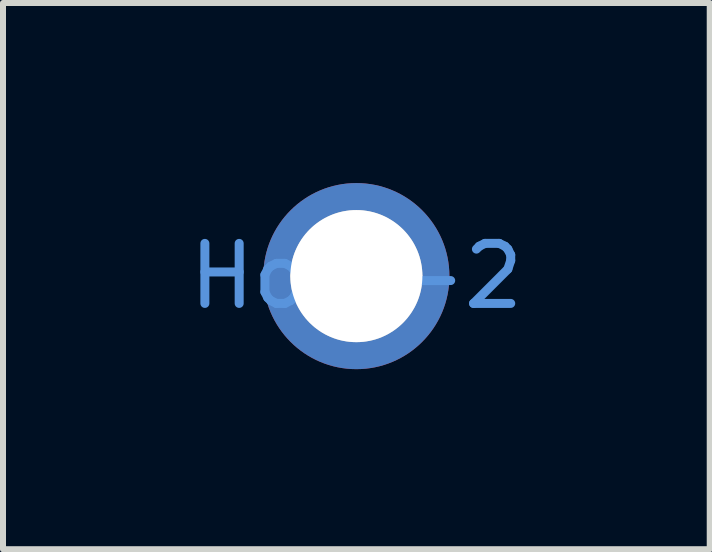
<source format=kicad_pcb>
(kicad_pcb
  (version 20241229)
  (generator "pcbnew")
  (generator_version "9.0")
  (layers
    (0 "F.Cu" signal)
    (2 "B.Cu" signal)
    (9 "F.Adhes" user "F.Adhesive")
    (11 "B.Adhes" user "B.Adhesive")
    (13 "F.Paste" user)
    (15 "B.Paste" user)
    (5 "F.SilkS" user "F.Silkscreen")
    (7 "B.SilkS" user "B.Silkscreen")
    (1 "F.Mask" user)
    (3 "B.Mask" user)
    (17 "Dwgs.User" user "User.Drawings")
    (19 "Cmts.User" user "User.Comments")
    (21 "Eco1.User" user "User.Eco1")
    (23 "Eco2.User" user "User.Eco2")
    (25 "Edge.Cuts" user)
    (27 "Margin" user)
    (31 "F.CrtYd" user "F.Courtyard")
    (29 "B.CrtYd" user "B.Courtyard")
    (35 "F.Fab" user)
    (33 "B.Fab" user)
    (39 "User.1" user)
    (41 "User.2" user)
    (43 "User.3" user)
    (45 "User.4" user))
  (footprint "Hole-2"
    (layer "F.Cu")
    (at 2.887 1.55)
    (property "Reference" "Hole-2" (at 0 0 0) (unlocked yes) (layer "Cmts.User") (effects (font (size 1 1) (thickness 0.15))))
    (fp_arc (start -1.050801 0) (mid 0 -1.050801) (end 1.050801 0) (stroke (width 0.1) (type solid)) (layer "Dwgs.User"))
    (fp_arc (start -0.624749 0) (mid 0 -0.624749) (end 0.624749 0) (stroke (width 0.1) (type solid)) (layer "Dwgs.User"))
    (fp_arc (start 0.624749 0) (mid 0 0.624749) (end -0.624749 0) (stroke (width 0.1) (type solid)) (layer "Dwgs.User"))
    (fp_arc (start 1.0508 0) (mid 0 1.0508) (end -1.0508 0) (stroke (width 0.1) (type solid)) (layer "Dwgs.User"))
    (pad "1" thru_hole circle (at 0 0) (size 3.1 3.1) (drill 2.2) (layers "*.Cu" "*.Mask")))
  (gr_rect
    (start -3 -3)
    (end 8.774 6.1)
    (stroke (width 0.1) (type default))
    (fill no)
    (layer "Edge.Cuts")))
</source>
